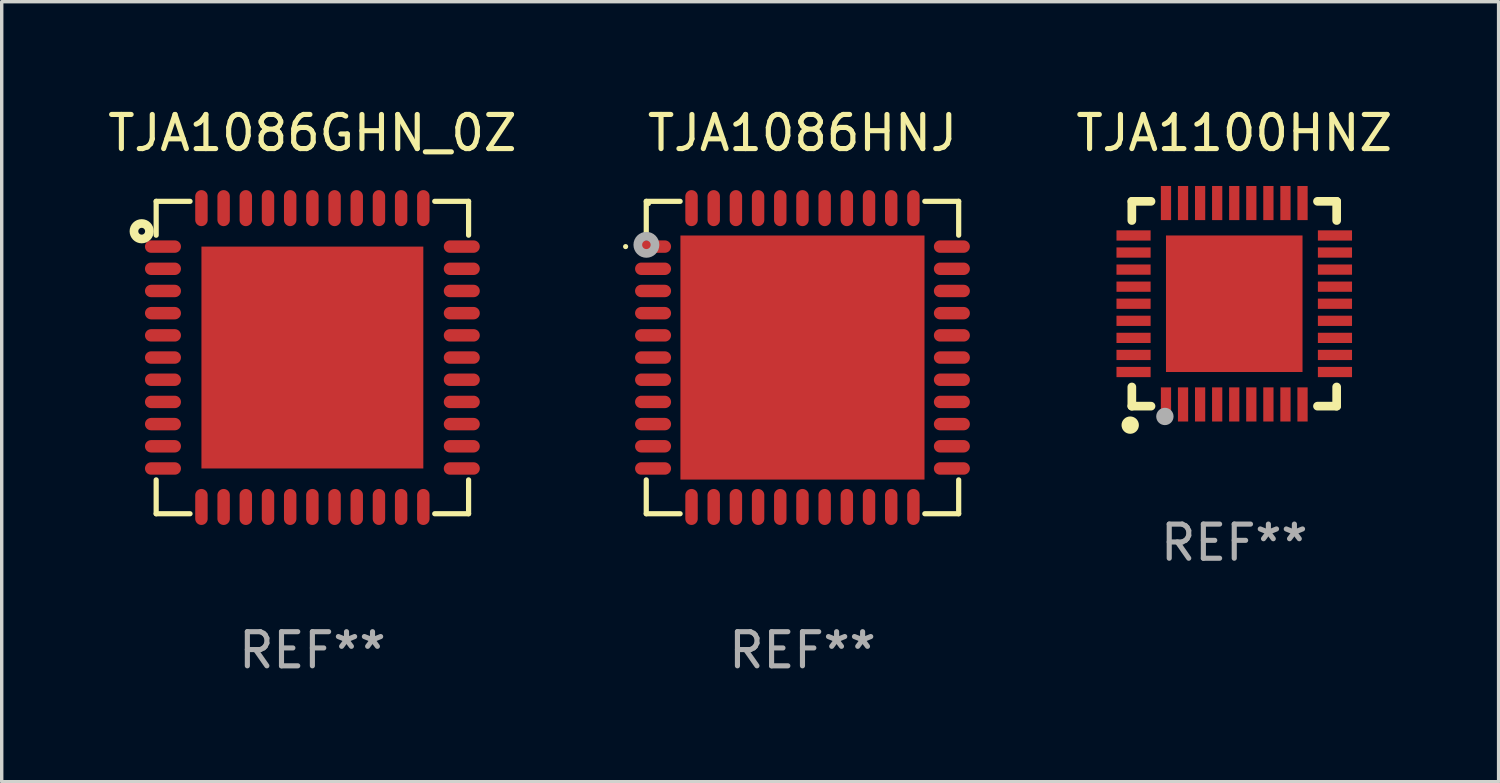
<source format=kicad_pcb>
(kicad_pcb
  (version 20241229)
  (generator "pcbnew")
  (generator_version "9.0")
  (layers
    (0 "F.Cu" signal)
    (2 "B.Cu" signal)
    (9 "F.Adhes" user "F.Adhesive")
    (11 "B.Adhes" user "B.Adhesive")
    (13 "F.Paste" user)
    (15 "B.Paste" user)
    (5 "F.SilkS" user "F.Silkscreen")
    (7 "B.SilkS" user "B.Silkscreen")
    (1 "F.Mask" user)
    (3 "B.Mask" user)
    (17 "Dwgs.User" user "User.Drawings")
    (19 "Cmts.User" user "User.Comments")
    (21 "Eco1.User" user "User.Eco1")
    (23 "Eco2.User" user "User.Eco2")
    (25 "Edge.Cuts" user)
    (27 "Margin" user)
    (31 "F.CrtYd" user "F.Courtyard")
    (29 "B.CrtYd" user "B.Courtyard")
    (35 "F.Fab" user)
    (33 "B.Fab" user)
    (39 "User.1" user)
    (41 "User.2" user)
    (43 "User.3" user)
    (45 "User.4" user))
  (footprint "TJA1086GHN_0Z"
    (layer "F.Cu")
    (at 6.101 7.424)
    (property "Reference" "TJA1086GHN_0Z" (at 0 -6.576 0) (layer "F.SilkS") (effects (font (size 1 1) (thickness 0.15))))
    (attr through_hole)
    (fp_line (start -4.576 -4.576) (end -3.584 -4.576) (stroke (width 0.152) (type solid)) (layer "F.SilkS"))
    (fp_line (start -4.576 -3.584) (end -4.576 -4.576) (stroke (width 0.152) (type solid)) (layer "F.SilkS"))
    (fp_line (start -4.576 3.584) (end -4.576 4.576) (stroke (width 0.152) (type solid)) (layer "F.SilkS"))
    (fp_line (start -4.576 4.576) (end -3.584 4.576) (stroke (width 0.152) (type solid)) (layer "F.SilkS"))
    (fp_line (start 4.576 -4.576) (end 3.584 -4.576) (stroke (width 0.152) (type solid)) (layer "F.SilkS"))
    (fp_line (start 4.576 -3.584) (end 4.576 -4.576) (stroke (width 0.152) (type solid)) (layer "F.SilkS"))
    (fp_line (start 4.576 3.584) (end 4.576 4.576) (stroke (width 0.152) (type solid)) (layer "F.SilkS"))
    (fp_line (start 4.576 4.576) (end 3.584 4.576) (stroke (width 0.152) (type solid)) (layer "F.SilkS"))
    (fp_circle (center -5 -3.7) (end -4.9 -3.7) (stroke (width 0.254) (type solid)) (fill no) (layer "F.SilkS"))
    (fp_text user "REF**" (at 0 8.576 0) (layer "F.Fab") (effects (font (size 1 1) (thickness 0.15))))
    (pad "1" smd oval (at -4.377 -3.25) (size 1.055 0.364) (layers "F.Cu" "F.Mask" "F.Paste"))
    (pad "2" smd oval (at -4.377 -2.6) (size 1.055 0.364) (layers "F.Cu" "F.Mask" "F.Paste"))
    (pad "3" smd oval (at -4.377 -1.95) (size 1.055 0.364) (layers "F.Cu" "F.Mask" "F.Paste"))
    (pad "4" smd oval (at -4.377 -1.3) (size 1.055 0.364) (layers "F.Cu" "F.Mask" "F.Paste"))
    (pad "5" smd oval (at -4.377 -0.65) (size 1.055 0.364) (layers "F.Cu" "F.Mask" "F.Paste"))
    (pad "6" smd oval (at -4.377 0) (size 1.055 0.364) (layers "F.Cu" "F.Mask" "F.Paste"))
    (pad "7" smd oval (at -4.377 0.65) (size 1.055 0.364) (layers "F.Cu" "F.Mask" "F.Paste"))
    (pad "8" smd oval (at -4.377 1.3) (size 1.055 0.364) (layers "F.Cu" "F.Mask" "F.Paste"))
    (pad "9" smd oval (at -4.377 1.95) (size 1.055 0.364) (layers "F.Cu" "F.Mask" "F.Paste"))
    (pad "10" smd oval (at -4.377 2.6) (size 1.055 0.364) (layers "F.Cu" "F.Mask" "F.Paste"))
    (pad "11" smd oval (at -4.377 3.25) (size 1.055 0.364) (layers "F.Cu" "F.Mask" "F.Paste"))
    (pad "12" smd oval (at -3.25 4.377) (size 0.364 1.055) (layers "F.Cu" "F.Mask" "F.Paste"))
    (pad "13" smd oval (at -2.6 4.377) (size 0.364 1.055) (layers "F.Cu" "F.Mask" "F.Paste"))
    (pad "14" smd oval (at -1.95 4.377) (size 0.364 1.055) (layers "F.Cu" "F.Mask" "F.Paste"))
    (pad "15" smd oval (at -1.3 4.377) (size 0.364 1.055) (layers "F.Cu" "F.Mask" "F.Paste"))
    (pad "16" smd oval (at -0.65 4.377) (size 0.364 1.055) (layers "F.Cu" "F.Mask" "F.Paste"))
    (pad "17" smd oval (at 0 4.377) (size 0.364 1.055) (layers "F.Cu" "F.Mask" "F.Paste"))
    (pad "18" smd oval (at 0.65 4.377) (size 0.364 1.055) (layers "F.Cu" "F.Mask" "F.Paste"))
    (pad "19" smd oval (at 1.3 4.377) (size 0.364 1.055) (layers "F.Cu" "F.Mask" "F.Paste"))
    (pad "20" smd oval (at 1.95 4.377) (size 0.364 1.055) (layers "F.Cu" "F.Mask" "F.Paste"))
    (pad "21" smd oval (at 2.6 4.377) (size 0.364 1.055) (layers "F.Cu" "F.Mask" "F.Paste"))
    (pad "22" smd oval (at 3.25 4.377) (size 0.364 1.055) (layers "F.Cu" "F.Mask" "F.Paste"))
    (pad "23" smd oval (at 4.377 3.25) (size 1.055 0.364) (layers "F.Cu" "F.Mask" "F.Paste"))
    (pad "24" smd oval (at 4.377 2.6) (size 1.055 0.364) (layers "F.Cu" "F.Mask" "F.Paste"))
    (pad "25" smd oval (at 4.377 1.95) (size 1.055 0.364) (layers "F.Cu" "F.Mask" "F.Paste"))
    (pad "26" smd oval (at 4.377 1.3) (size 1.055 0.364) (layers "F.Cu" "F.Mask" "F.Paste"))
    (pad "27" smd oval (at 4.377 0.65) (size 1.055 0.364) (layers "F.Cu" "F.Mask" "F.Paste"))
    (pad "28" smd oval (at 4.377 0) (size 1.055 0.364) (layers "F.Cu" "F.Mask" "F.Paste"))
    (pad "29" smd oval (at 4.377 -0.65) (size 1.055 0.364) (layers "F.Cu" "F.Mask" "F.Paste"))
    (pad "30" smd oval (at 4.377 -1.3) (size 1.055 0.364) (layers "F.Cu" "F.Mask" "F.Paste"))
    (pad "31" smd oval (at 4.377 -1.95) (size 1.055 0.364) (layers "F.Cu" "F.Mask" "F.Paste"))
    (pad "32" smd oval (at 4.377 -2.6) (size 1.055 0.364) (layers "F.Cu" "F.Mask" "F.Paste"))
    (pad "33" smd oval (at 4.377 -3.25) (size 1.055 0.364) (layers "F.Cu" "F.Mask" "F.Paste"))
    (pad "34" smd oval (at 3.25 -4.377) (size 0.364 1.055) (layers "F.Cu" "F.Mask" "F.Paste"))
    (pad "35" smd oval (at 2.6 -4.377) (size 0.364 1.055) (layers "F.Cu" "F.Mask" "F.Paste"))
    (pad "36" smd oval (at 1.95 -4.377) (size 0.364 1.055) (layers "F.Cu" "F.Mask" "F.Paste"))
    (pad "37" smd oval (at 1.3 -4.377) (size 0.364 1.055) (layers "F.Cu" "F.Mask" "F.Paste"))
    (pad "38" smd oval (at 0.65 -4.377) (size 0.364 1.055) (layers "F.Cu" "F.Mask" "F.Paste"))
    (pad "39" smd oval (at 0 -4.377) (size 0.364 1.055) (layers "F.Cu" "F.Mask" "F.Paste"))
    (pad "40" smd oval (at -0.65 -4.377) (size 0.364 1.055) (layers "F.Cu" "F.Mask" "F.Paste"))
    (pad "41" smd oval (at -1.3 -4.377) (size 0.364 1.055) (layers "F.Cu" "F.Mask" "F.Paste"))
    (pad "42" smd oval (at -1.95 -4.377) (size 0.364 1.055) (layers "F.Cu" "F.Mask" "F.Paste"))
    (pad "43" smd oval (at -2.6 -4.377) (size 0.364 1.055) (layers "F.Cu" "F.Mask" "F.Paste"))
    (pad "44" smd oval (at -3.25 -4.377) (size 0.364 1.055) (layers "F.Cu" "F.Mask" "F.Paste"))
    (pad "45" smd rect (at 0 0) (size 6.5 6.5) (layers "F.Cu" "F.Mask" "F.Paste")))
  (footprint "TJA1086HNJ"
    (layer "F.Cu")
    (at 20.458 7.424)
    (property "Reference" "TJA1086HNJ" (at 0 -6.576 0) (layer "F.SilkS") (effects (font (size 1 1) (thickness 0.15))))
    (attr through_hole)
    (fp_line (start -4.576 -4.576) (end -3.584 -4.576) (stroke (width 0.152) (type solid)) (layer "F.SilkS"))
    (fp_line (start -4.576 -3.584) (end -4.576 -4.576) (stroke (width 0.152) (type solid)) (layer "F.SilkS"))
    (fp_line (start -4.576 3.584) (end -4.576 4.576) (stroke (width 0.152) (type solid)) (layer "F.SilkS"))
    (fp_line (start -4.576 4.576) (end -3.584 4.576) (stroke (width 0.152) (type solid)) (layer "F.SilkS"))
    (fp_line (start 4.576 -4.576) (end 3.584 -4.576) (stroke (width 0.152) (type solid)) (layer "F.SilkS"))
    (fp_line (start 4.576 -3.584) (end 4.576 -4.576) (stroke (width 0.152) (type solid)) (layer "F.SilkS"))
    (fp_line (start 4.576 3.584) (end 4.576 4.576) (stroke (width 0.152) (type solid)) (layer "F.SilkS"))
    (fp_line (start 4.576 4.576) (end 3.584 4.576) (stroke (width 0.152) (type solid)) (layer "F.SilkS"))
    (fp_circle (center -5.181 -3.25) (end -5.143 -3.25) (stroke (width 0.075) (type solid)) (fill no) (layer "F.SilkS"))
    (fp_circle (center -4.5 -4.5) (end -4.47 -4.5) (stroke (width 0.06) (type solid)) (fill no) (layer "F.SilkS"))
    (fp_circle (center -4.572 -3.302) (end -4.447 -3.302) (stroke (width 0.254) (type solid)) (fill no) (layer "F.Fab"))
    (fp_text user "REF**" (at 0 8.576 0) (layer "F.Fab") (effects (font (size 1 1) (thickness 0.15))))
    (pad "1" smd oval (at -4.377 -3.25) (size 1.055 0.364) (layers "F.Cu" "F.Mask" "F.Paste"))
    (pad "2" smd oval (at -4.377 -2.6) (size 1.055 0.364) (layers "F.Cu" "F.Mask" "F.Paste"))
    (pad "3" smd oval (at -4.377 -1.95) (size 1.055 0.364) (layers "F.Cu" "F.Mask" "F.Paste"))
    (pad "4" smd oval (at -4.377 -1.3) (size 1.055 0.364) (layers "F.Cu" "F.Mask" "F.Paste"))
    (pad "5" smd oval (at -4.377 -0.65) (size 1.055 0.364) (layers "F.Cu" "F.Mask" "F.Paste"))
    (pad "6" smd oval (at -4.377 0) (size 1.055 0.364) (layers "F.Cu" "F.Mask" "F.Paste"))
    (pad "7" smd oval (at -4.377 0.65) (size 1.055 0.364) (layers "F.Cu" "F.Mask" "F.Paste"))
    (pad "8" smd oval (at -4.377 1.3) (size 1.055 0.364) (layers "F.Cu" "F.Mask" "F.Paste"))
    (pad "9" smd oval (at -4.377 1.95) (size 1.055 0.364) (layers "F.Cu" "F.Mask" "F.Paste"))
    (pad "10" smd oval (at -4.377 2.6) (size 1.055 0.364) (layers "F.Cu" "F.Mask" "F.Paste"))
    (pad "11" smd oval (at -4.377 3.25) (size 1.055 0.364) (layers "F.Cu" "F.Mask" "F.Paste"))
    (pad "12" smd oval (at -3.25 4.377) (size 0.364 1.055) (layers "F.Cu" "F.Mask" "F.Paste"))
    (pad "13" smd oval (at -2.6 4.377) (size 0.364 1.055) (layers "F.Cu" "F.Mask" "F.Paste"))
    (pad "14" smd oval (at -1.95 4.377) (size 0.364 1.055) (layers "F.Cu" "F.Mask" "F.Paste"))
    (pad "15" smd oval (at -1.3 4.377) (size 0.364 1.055) (layers "F.Cu" "F.Mask" "F.Paste"))
    (pad "16" smd oval (at -0.65 4.377) (size 0.364 1.055) (layers "F.Cu" "F.Mask" "F.Paste"))
    (pad "17" smd oval (at 0 4.377) (size 0.364 1.055) (layers "F.Cu" "F.Mask" "F.Paste"))
    (pad "18" smd oval (at 0.65 4.377) (size 0.364 1.055) (layers "F.Cu" "F.Mask" "F.Paste"))
    (pad "19" smd oval (at 1.3 4.377) (size 0.364 1.055) (layers "F.Cu" "F.Mask" "F.Paste"))
    (pad "20" smd oval (at 1.95 4.377) (size 0.364 1.055) (layers "F.Cu" "F.Mask" "F.Paste"))
    (pad "21" smd oval (at 2.6 4.377) (size 0.364 1.055) (layers "F.Cu" "F.Mask" "F.Paste"))
    (pad "22" smd oval (at 3.25 4.377) (size 0.364 1.055) (layers "F.Cu" "F.Mask" "F.Paste"))
    (pad "23" smd oval (at 4.377 3.25) (size 1.055 0.364) (layers "F.Cu" "F.Mask" "F.Paste"))
    (pad "24" smd oval (at 4.377 2.6) (size 1.055 0.364) (layers "F.Cu" "F.Mask" "F.Paste"))
    (pad "25" smd oval (at 4.377 1.95) (size 1.055 0.364) (layers "F.Cu" "F.Mask" "F.Paste"))
    (pad "26" smd oval (at 4.377 1.3) (size 1.055 0.364) (layers "F.Cu" "F.Mask" "F.Paste"))
    (pad "27" smd oval (at 4.377 0.65) (size 1.055 0.364) (layers "F.Cu" "F.Mask" "F.Paste"))
    (pad "28" smd oval (at 4.377 0) (size 1.055 0.364) (layers "F.Cu" "F.Mask" "F.Paste"))
    (pad "29" smd oval (at 4.377 -0.65) (size 1.055 0.364) (layers "F.Cu" "F.Mask" "F.Paste"))
    (pad "30" smd oval (at 4.377 -1.3) (size 1.055 0.364) (layers "F.Cu" "F.Mask" "F.Paste"))
    (pad "31" smd oval (at 4.377 -1.95) (size 1.055 0.364) (layers "F.Cu" "F.Mask" "F.Paste"))
    (pad "32" smd oval (at 4.377 -2.6) (size 1.055 0.364) (layers "F.Cu" "F.Mask" "F.Paste"))
    (pad "33" smd oval (at 4.377 -3.25) (size 1.055 0.364) (layers "F.Cu" "F.Mask" "F.Paste"))
    (pad "34" smd oval (at 3.25 -4.377) (size 0.364 1.055) (layers "F.Cu" "F.Mask" "F.Paste"))
    (pad "35" smd oval (at 2.6 -4.377) (size 0.364 1.055) (layers "F.Cu" "F.Mask" "F.Paste"))
    (pad "36" smd oval (at 1.95 -4.377) (size 0.364 1.055) (layers "F.Cu" "F.Mask" "F.Paste"))
    (pad "37" smd oval (at 1.3 -4.377) (size 0.364 1.055) (layers "F.Cu" "F.Mask" "F.Paste"))
    (pad "38" smd oval (at 0.65 -4.377) (size 0.364 1.055) (layers "F.Cu" "F.Mask" "F.Paste"))
    (pad "39" smd oval (at 0 -4.377) (size 0.364 1.055) (layers "F.Cu" "F.Mask" "F.Paste"))
    (pad "40" smd oval (at -0.65 -4.377) (size 0.364 1.055) (layers "F.Cu" "F.Mask" "F.Paste"))
    (pad "41" smd oval (at -1.3 -4.377) (size 0.364 1.055) (layers "F.Cu" "F.Mask" "F.Paste"))
    (pad "42" smd oval (at -1.95 -4.377) (size 0.364 1.055) (layers "F.Cu" "F.Mask" "F.Paste"))
    (pad "43" smd oval (at -2.6 -4.377) (size 0.364 1.055) (layers "F.Cu" "F.Mask" "F.Paste"))
    (pad "44" smd oval (at -3.25 -4.377) (size 0.364 1.055) (layers "F.Cu" "F.Mask" "F.Paste"))
    (pad "45" smd rect (at 0 0) (size 7.15 7.15) (layers "F.Cu" "F.Mask" "F.Paste")))
  (footprint "TJA1100HNZ"
    (layer "F.Cu")
    (at 33.107 5.848)
    (property "Reference" "TJA1100HNZ" (at 0 -5 0) (layer "F.SilkS") (effects (font (size 1 1) (thickness 0.15))))
    (attr through_hole)
    (fp_line (start -3 -3) (end -2.438 -3) (stroke (width 0.254) (type solid)) (layer "F.SilkS"))
    (fp_line (start -3 -2.438) (end -3 -3) (stroke (width 0.254) (type solid)) (layer "F.SilkS"))
    (fp_line (start -3 3) (end -3 2.438) (stroke (width 0.254) (type solid)) (layer "F.SilkS"))
    (fp_line (start -3 3) (end -2.438 3) (stroke (width 0.254) (type solid)) (layer "F.SilkS"))
    (fp_line (start 2.438 -3) (end 3 -3) (stroke (width 0.254) (type solid)) (layer "F.SilkS"))
    (fp_line (start 2.438 3) (end 3 3) (stroke (width 0.254) (type solid)) (layer "F.SilkS"))
    (fp_line (start 3 -3) (end 3 -2.438) (stroke (width 0.254) (type solid)) (layer "F.SilkS"))
    (fp_line (start 3 2.438) (end 3 3) (stroke (width 0.254) (type solid)) (layer "F.SilkS"))
    (fp_circle (center -3.048 3.556) (end -2.921 3.556) (stroke (width 0.254) (type solid)) (fill no) (layer "F.SilkS"))
    (fp_circle (center -3 3) (end -2.97 3) (stroke (width 0.06) (type solid)) (fill no) (layer "F.SilkS"))
    (fp_circle (center -2.032 3.302) (end -1.905 3.302) (stroke (width 0.254) (type solid)) (fill no) (layer "F.Fab"))
    (fp_text user "REF**" (at 0 7 0) (layer "F.Fab") (effects (font (size 1 1) (thickness 0.15))))
    (pad "1" smd rect (at -2 2.95 180) (size 0.3 1) (layers "F.Cu" "F.Mask" "F.Paste"))
    (pad "2" smd rect (at -1.5 2.95 180) (size 0.3 1) (layers "F.Cu" "F.Mask" "F.Paste"))
    (pad "3" smd rect (at -1 2.95 180) (size 0.3 1) (layers "F.Cu" "F.Mask" "F.Paste"))
    (pad "4" smd rect (at -0.5 2.95 180) (size 0.3 1) (layers "F.Cu" "F.Mask" "F.Paste"))
    (pad "5" smd rect (at 0 2.95 180) (size 0.3 1) (layers "F.Cu" "F.Mask" "F.Paste"))
    (pad "6" smd rect (at 0.5 2.95 180) (size 0.3 1) (layers "F.Cu" "F.Mask" "F.Paste"))
    (pad "7" smd rect (at 1 2.95 180) (size 0.3 1) (layers "F.Cu" "F.Mask" "F.Paste"))
    (pad "8" smd rect (at 1.5 2.95 180) (size 0.3 1) (layers "F.Cu" "F.Mask" "F.Paste"))
    (pad "9" smd rect (at 2 2.95 180) (size 0.3 1) (layers "F.Cu" "F.Mask" "F.Paste"))
    (pad "10" smd rect (at 2.95 2 270) (size 0.3 1) (layers "F.Cu" "F.Mask" "F.Paste"))
    (pad "11" smd rect (at 2.95 1.5 270) (size 0.3 1) (layers "F.Cu" "F.Mask" "F.Paste"))
    (pad "12" smd rect (at 2.95 1 270) (size 0.3 1) (layers "F.Cu" "F.Mask" "F.Paste"))
    (pad "13" smd rect (at 2.95 0.5 270) (size 0.3 1) (layers "F.Cu" "F.Mask" "F.Paste"))
    (pad "14" smd rect (at 2.95 0.000025 270) (size 0.3 1) (layers "F.Cu" "F.Mask" "F.Paste"))
    (pad "15" smd rect (at 2.95 -0.5 270) (size 0.3 1) (layers "F.Cu" "F.Mask" "F.Paste"))
    (pad "16" smd rect (at 2.95 -1 270) (size 0.3 1) (layers "F.Cu" "F.Mask" "F.Paste"))
    (pad "17" smd rect (at 2.95 -1.5 270) (size 0.3 1) (layers "F.Cu" "F.Mask" "F.Paste"))
    (pad "18" smd rect (at 2.95 -2 270) (size 0.3 1) (layers "F.Cu" "F.Mask" "F.Paste"))
    (pad "19" smd rect (at 2 -2.95) (size 0.3 1) (layers "F.Cu" "F.Mask" "F.Paste"))
    (pad "20" smd rect (at 1.5 -2.95) (size 0.3 1) (layers "F.Cu" "F.Mask" "F.Paste"))
    (pad "21" smd rect (at 1 -2.95) (size 0.3 1) (layers "F.Cu" "F.Mask" "F.Paste"))
    (pad "22" smd rect (at 0.5 -2.95) (size 0.3 1) (layers "F.Cu" "F.Mask" "F.Paste"))
    (pad "23" smd rect (at 0 -2.95) (size 0.3 1) (layers "F.Cu" "F.Mask" "F.Paste"))
    (pad "24" smd rect (at -0.5 -2.95) (size 0.3 1) (layers "F.Cu" "F.Mask" "F.Paste"))
    (pad "25" smd rect (at -1 -2.95) (size 0.3 1) (layers "F.Cu" "F.Mask" "F.Paste"))
    (pad "26" smd rect (at -1.5 -2.95) (size 0.3 1) (layers "F.Cu" "F.Mask" "F.Paste"))
    (pad "27" smd rect (at -2 -2.95) (size 0.3 1) (layers "F.Cu" "F.Mask" "F.Paste"))
    (pad "28" smd rect (at -2.95 -2 90) (size 0.3 1) (layers "F.Cu" "F.Mask" "F.Paste"))
    (pad "29" smd rect (at -2.95 -1.5 90) (size 0.3 1) (layers "F.Cu" "F.Mask" "F.Paste"))
    (pad "30" smd rect (at -2.95 -1 90) (size 0.3 1) (layers "F.Cu" "F.Mask" "F.Paste"))
    (pad "31" smd rect (at -2.95 -0.5 90) (size 0.3 1) (layers "F.Cu" "F.Mask" "F.Paste"))
    (pad "32" smd rect (at -2.95 -0.000025 90) (size 0.3 1) (layers "F.Cu" "F.Mask" "F.Paste"))
    (pad "33" smd rect (at -2.95 0.5 90) (size 0.3 1) (layers "F.Cu" "F.Mask" "F.Paste"))
    (pad "34" smd rect (at -2.95 1 90) (size 0.3 1) (layers "F.Cu" "F.Mask" "F.Paste"))
    (pad "35" smd rect (at -2.95 1.5 90) (size 0.3 1) (layers "F.Cu" "F.Mask" "F.Paste"))
    (pad "36" smd rect (at -2.95 2 90) (size 0.3 1) (layers "F.Cu" "F.Mask" "F.Paste"))
    (pad "37" smd rect (at 0 -0.000051 90) (size 4 4) (layers "F.Cu" "F.Mask" "F.Paste")))
  (gr_rect
    (start -3 -3)
    (end 40.851 19.849)
    (stroke (width 0.1) (type default))
    (fill no)
    (layer "Edge.Cuts")))
</source>
